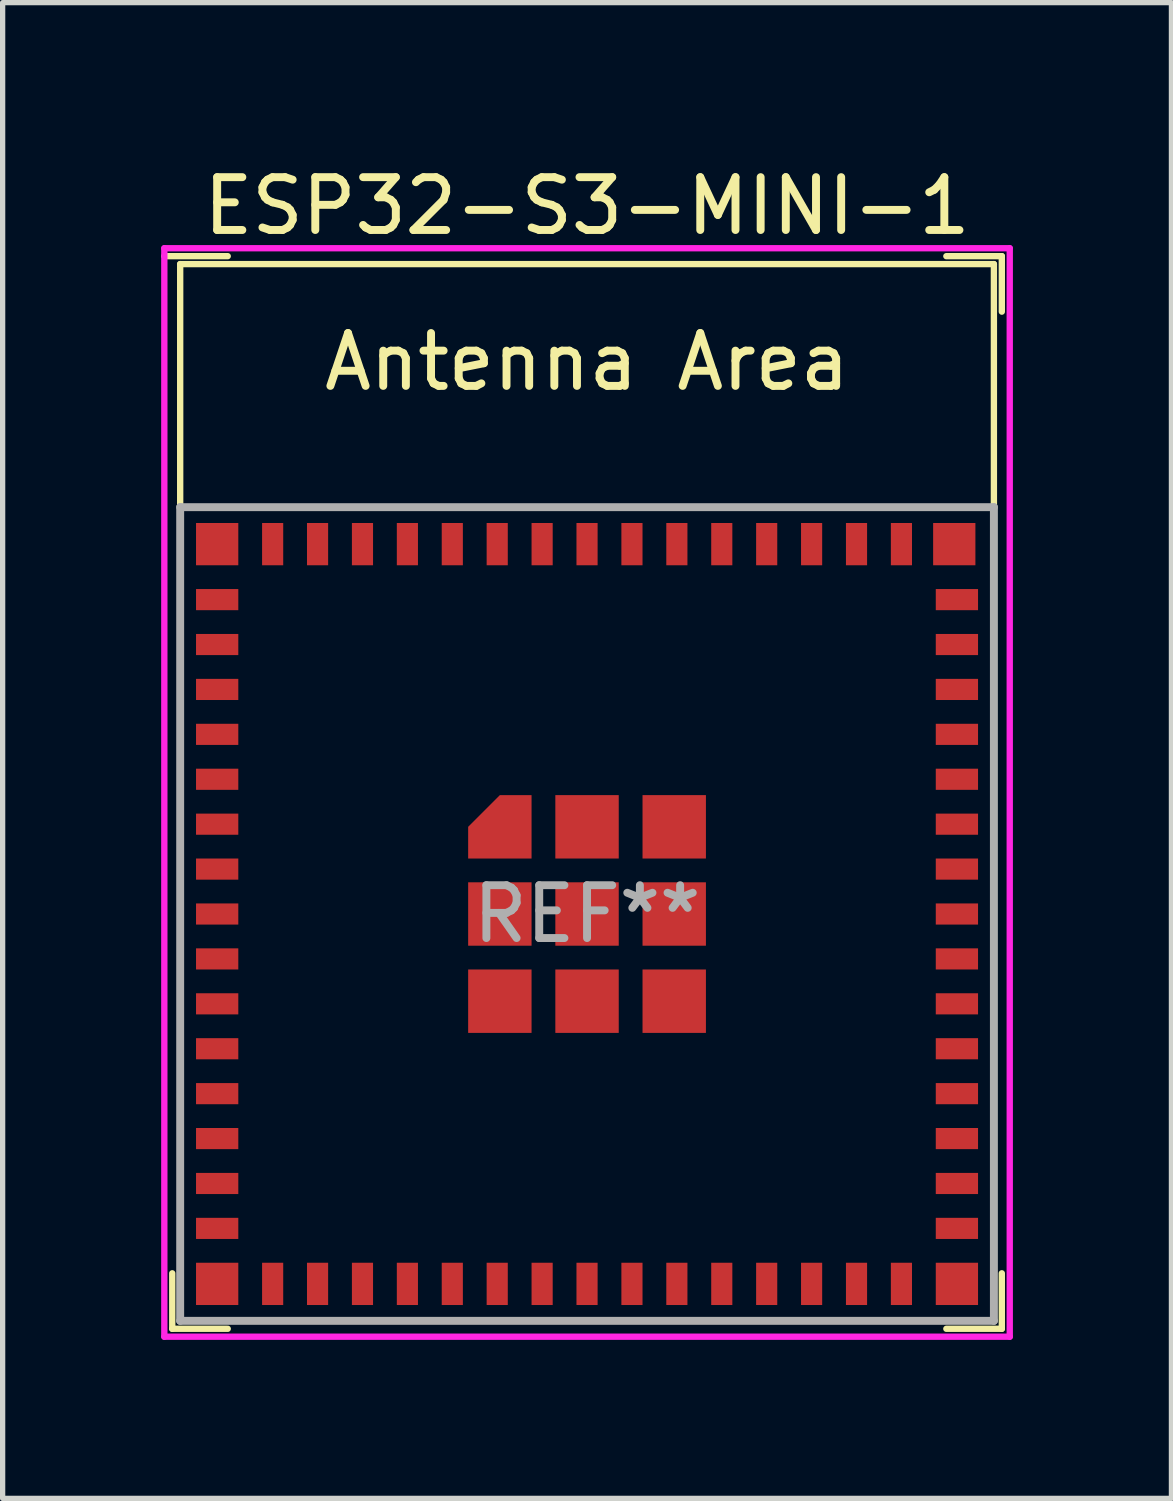
<source format=kicad_pcb>
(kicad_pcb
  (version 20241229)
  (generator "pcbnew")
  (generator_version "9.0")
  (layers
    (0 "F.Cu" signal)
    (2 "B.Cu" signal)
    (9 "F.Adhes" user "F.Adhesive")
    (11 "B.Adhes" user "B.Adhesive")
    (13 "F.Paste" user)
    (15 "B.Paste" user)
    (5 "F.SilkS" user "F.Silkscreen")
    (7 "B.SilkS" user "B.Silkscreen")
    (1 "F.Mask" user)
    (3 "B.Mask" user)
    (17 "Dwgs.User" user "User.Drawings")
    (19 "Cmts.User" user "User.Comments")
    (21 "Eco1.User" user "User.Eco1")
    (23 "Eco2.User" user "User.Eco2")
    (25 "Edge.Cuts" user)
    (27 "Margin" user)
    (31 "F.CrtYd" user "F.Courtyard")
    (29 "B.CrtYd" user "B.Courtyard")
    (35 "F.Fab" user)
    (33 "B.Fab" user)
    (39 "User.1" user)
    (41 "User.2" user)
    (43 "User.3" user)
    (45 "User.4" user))
  (footprint "ESP32-S3-MINI-1"
    (layer "F.Cu")
    (at 8.06 14.248)
    (property "Reference" "ESP32-S3-MINI-1" (at 0 -13.4 0) (layer "F.SilkS") (effects (font (size 1 1) (thickness 0.15))))
    (attr smd)
    (fp_line (start -7.85 7.85) (end -7.85 6.8) (stroke (width 0.12) (type solid)) (layer "F.SilkS"))
    (fp_line (start -7.7 -12.3) (end -7.7 -7.7) (stroke (width 0.12) (type solid)) (layer "F.SilkS"))
    (fp_line (start -7.7 -12.3) (end 7.7 -12.3) (stroke (width 0.12) (type solid)) (layer "F.SilkS"))
    (fp_line (start -7.7 7.7) (end -7.7 -7.7) (stroke (width 0.12) (type solid)) (layer "F.SilkS"))
    (fp_line (start -6.8 -12.45) (end -8 -12.45) (stroke (width 0.12) (type solid)) (layer "F.SilkS"))
    (fp_line (start -6.8 7.85) (end -7.85 7.85) (stroke (width 0.12) (type solid)) (layer "F.SilkS"))
    (fp_line (start 6.8 -12.45) (end 7.85 -12.45) (stroke (width 0.12) (type solid)) (layer "F.SilkS"))
    (fp_line (start 6.8 7.85) (end 7.85 7.85) (stroke (width 0.12) (type solid)) (layer "F.SilkS"))
    (fp_line (start 7.7 -12.3) (end 7.7 -7.7) (stroke (width 0.12) (type solid)) (layer "F.SilkS"))
    (fp_line (start 7.7 -7.7) (end 7.7 7.7) (stroke (width 0.12) (type solid)) (layer "F.SilkS"))
    (fp_line (start 7.7 7.7) (end -7.7 7.7) (stroke (width 0.12) (type solid)) (layer "F.SilkS"))
    (fp_line (start 7.85 -12.45) (end 7.85 -11.4) (stroke (width 0.12) (type solid)) (layer "F.SilkS"))
    (fp_line (start 7.85 7.85) (end 7.85 6.8) (stroke (width 0.12) (type solid)) (layer "F.SilkS"))
    (fp_line (start -8 -12.6) (end -8 8) (stroke (width 0.12) (type solid)) (layer "F.CrtYd"))
    (fp_line (start -8 8) (end 8 8) (stroke (width 0.12) (type solid)) (layer "F.CrtYd"))
    (fp_line (start 8 -12.6) (end -8 -12.6) (stroke (width 0.12) (type solid)) (layer "F.CrtYd"))
    (fp_line (start 8 8) (end 8 -12.6) (stroke (width 0.12) (type solid)) (layer "F.CrtYd"))
    (fp_line (start -7.7 -7.7) (end -7.7 7.7) (stroke (width 0.15) (type solid)) (layer "F.Fab"))
    (fp_line (start -7.7 7.7) (end 7.7 7.7) (stroke (width 0.15) (type solid)) (layer "F.Fab"))
    (fp_line (start 7.7 -7.7) (end -7.7 -7.7) (stroke (width 0.15) (type solid)) (layer "F.Fab"))
    (fp_line (start 7.7 7.7) (end 7.7 -7.7) (stroke (width 0.15) (type solid)) (layer "F.Fab"))
    (fp_text user "Antenna Area" (at 0 -10.45 0) (layer "F.SilkS") (effects (font (size 1 1) (thickness 0.15))))
    (fp_text user "REF**" (at 0 0 0) (layer "F.Fab") (effects (font (size 1 1) (thickness 0.15))))
    (pad "1" smd rect (at -7 -5.95 90) (size 0.4 0.8) (layers "F.Cu" "F.Mask" "F.Paste"))
    (pad "2" smd rect (at -7 -5.1 90) (size 0.4 0.8) (layers "F.Cu" "F.Mask" "F.Paste"))
    (pad "3" smd rect (at -7 -4.25 90) (size 0.4 0.8) (layers "F.Cu" "F.Mask" "F.Paste"))
    (pad "4" smd rect (at -7 -3.4 90) (size 0.4 0.8) (layers "F.Cu" "F.Mask" "F.Paste"))
    (pad "5" smd rect (at -7 -2.55 90) (size 0.4 0.8) (layers "F.Cu" "F.Mask" "F.Paste"))
    (pad "6" smd rect (at -7 -1.7 90) (size 0.4 0.8) (layers "F.Cu" "F.Mask" "F.Paste"))
    (pad "7" smd rect (at -7 -0.85 90) (size 0.4 0.8) (layers "F.Cu" "F.Mask" "F.Paste"))
    (pad "8" smd rect (at -7 0 90) (size 0.4 0.8) (layers "F.Cu" "F.Mask" "F.Paste"))
    (pad "9" smd rect (at -7 0.85 90) (size 0.4 0.8) (layers "F.Cu" "F.Mask" "F.Paste"))
    (pad "10" smd rect (at -7 1.7 90) (size 0.4 0.8) (layers "F.Cu" "F.Mask" "F.Paste"))
    (pad "11" smd rect (at -7 2.55 90) (size 0.4 0.8) (layers "F.Cu" "F.Mask" "F.Paste"))
    (pad "12" smd rect (at -7 3.4 90) (size 0.4 0.8) (layers "F.Cu" "F.Mask" "F.Paste"))
    (pad "13" smd rect (at -7 4.25 90) (size 0.4 0.8) (layers "F.Cu" "F.Mask" "F.Paste"))
    (pad "14" smd rect (at -7 5.1 90) (size 0.4 0.8) (layers "F.Cu" "F.Mask" "F.Paste"))
    (pad "15" smd rect (at -7 5.95 90) (size 0.4 0.8) (layers "F.Cu" "F.Mask" "F.Paste"))
    (pad "16" smd rect (at -5.95 7) (size 0.4 0.8) (layers "F.Cu" "F.Mask" "F.Paste"))
    (pad "17" smd rect (at -5.1 7) (size 0.4 0.8) (layers "F.Cu" "F.Mask" "F.Paste"))
    (pad "18" smd rect (at -4.25 7) (size 0.4 0.8) (layers "F.Cu" "F.Mask" "F.Paste"))
    (pad "19" smd rect (at -3.4 7) (size 0.4 0.8) (layers "F.Cu" "F.Mask" "F.Paste"))
    (pad "20" smd rect (at -2.55 7) (size 0.4 0.8) (layers "F.Cu" "F.Mask" "F.Paste"))
    (pad "21" smd rect (at -1.7 7) (size 0.4 0.8) (layers "F.Cu" "F.Mask" "F.Paste"))
    (pad "22" smd rect (at -0.85 7) (size 0.4 0.8) (layers "F.Cu" "F.Mask" "F.Paste"))
    (pad "23" smd rect (at 0 7) (size 0.4 0.8) (layers "F.Cu" "F.Mask" "F.Paste"))
    (pad "24" smd rect (at 0.85 7) (size 0.4 0.8) (layers "F.Cu" "F.Mask" "F.Paste"))
    (pad "25" smd rect (at 1.7 7) (size 0.4 0.8) (layers "F.Cu" "F.Mask" "F.Paste"))
    (pad "26" smd rect (at 2.55 7) (size 0.4 0.8) (layers "F.Cu" "F.Mask" "F.Paste"))
    (pad "27" smd rect (at 3.4 7) (size 0.4 0.8) (layers "F.Cu" "F.Mask" "F.Paste"))
    (pad "28" smd rect (at 4.25 7) (size 0.4 0.8) (layers "F.Cu" "F.Mask" "F.Paste"))
    (pad "29" smd rect (at 5.1 7) (size 0.4 0.8) (layers "F.Cu" "F.Mask" "F.Paste"))
    (pad "30" smd rect (at 5.95 7) (size 0.4 0.8) (layers "F.Cu" "F.Mask" "F.Paste"))
    (pad "31" smd rect (at 7 5.95 90) (size 0.4 0.8) (layers "F.Cu" "F.Mask" "F.Paste"))
    (pad "32" smd rect (at 7 5.1 90) (size 0.4 0.8) (layers "F.Cu" "F.Mask" "F.Paste"))
    (pad "33" smd rect (at 7 4.25 90) (size 0.4 0.8) (layers "F.Cu" "F.Mask" "F.Paste"))
    (pad "34" smd rect (at 7 3.4 90) (size 0.4 0.8) (layers "F.Cu" "F.Mask" "F.Paste"))
    (pad "35" smd rect (at 7 2.55 90) (size 0.4 0.8) (layers "F.Cu" "F.Mask" "F.Paste"))
    (pad "36" smd rect (at 7 1.7 90) (size 0.4 0.8) (layers "F.Cu" "F.Mask" "F.Paste"))
    (pad "37" smd rect (at 7 0.85 90) (size 0.4 0.8) (layers "F.Cu" "F.Mask" "F.Paste"))
    (pad "38" smd rect (at 7 0 90) (size 0.4 0.8) (layers "F.Cu" "F.Mask" "F.Paste"))
    (pad "39" smd rect (at 7 -0.85 90) (size 0.4 0.8) (layers "F.Cu" "F.Mask" "F.Paste"))
    (pad "40" smd rect (at 7 -1.7 90) (size 0.4 0.8) (layers "F.Cu" "F.Mask" "F.Paste"))
    (pad "41" smd rect (at 7 -2.55 90) (size 0.4 0.8) (layers "F.Cu" "F.Mask" "F.Paste"))
    (pad "42" smd rect (at 7 -3.4 90) (size 0.4 0.8) (layers "F.Cu" "F.Mask" "F.Paste"))
    (pad "43" smd rect (at 7 -4.25 90) (size 0.4 0.8) (layers "F.Cu" "F.Mask" "F.Paste"))
    (pad "44" smd rect (at 7 -5.1 90) (size 0.4 0.8) (layers "F.Cu" "F.Mask" "F.Paste"))
    (pad "45" smd rect (at 7 -5.95 90) (size 0.4 0.8) (layers "F.Cu" "F.Mask" "F.Paste"))
    (pad "46" smd rect (at -7 -7 180) (size 0.8 0.8) (layers "F.Cu" "F.Mask" "F.Paste"))
    (pad "46" smd rect (at -7 7 180) (size 0.8 0.8) (layers "F.Cu" "F.Mask" "F.Paste"))
    (pad "46" smd rect (at -5.95 -7) (size 0.4 0.8) (layers "F.Cu" "F.Mask" "F.Paste"))
    (pad "46" smd rect (at -5.1 -7) (size 0.4 0.8) (layers "F.Cu" "F.Mask" "F.Paste"))
    (pad "46" smd rect (at -4.25 -7) (size 0.4 0.8) (layers "F.Cu" "F.Mask" "F.Paste"))
    (pad "46" smd rect (at -3.4 -7) (size 0.4 0.8) (layers "F.Cu" "F.Mask" "F.Paste"))
    (pad "46" smd rect (at -2.55 -7) (size 0.4 0.8) (layers "F.Cu" "F.Mask" "F.Paste"))
    (pad "46" smd rect (at -1.7 -7) (size 0.4 0.8) (layers "F.Cu" "F.Mask" "F.Paste"))
    (pad "46" smd custom (at -1.65 -1.65) (size 0.6 0.6) (layers "F.Cu" "F.Mask" "F.Paste") (options (anchor rect)) (primitives (gr_poly (pts (xy 0.6 0.6) (xy -0.6 0.6) (xy -0.6 0) (xy 0 -0.6) (xy 0.6 -0.6)) (width 0) (fill yes))))
    (pad "46" smd rect (at -1.65 0) (size 1.2 1.2) (layers "F.Cu" "F.Mask" "F.Paste"))
    (pad "46" smd rect (at -1.65 1.65) (size 1.2 1.2) (layers "F.Cu" "F.Mask" "F.Paste"))
    (pad "46" smd rect (at -0.85 -7) (size 0.4 0.8) (layers "F.Cu" "F.Mask" "F.Paste"))
    (pad "46" smd rect (at 0 -7) (size 0.4 0.8) (layers "F.Cu" "F.Mask" "F.Paste"))
    (pad "46" smd rect (at 0 -1.65) (size 1.2 1.2) (layers "F.Cu" "F.Mask" "F.Paste"))
    (pad "46" smd rect (at 0 0) (size 1.2 1.2) (layers "F.Cu" "F.Mask" "F.Paste"))
    (pad "46" smd rect (at 0 1.65) (size 1.2 1.2) (layers "F.Cu" "F.Mask" "F.Paste"))
    (pad "46" smd rect (at 0.85 -7) (size 0.4 0.8) (layers "F.Cu" "F.Mask" "F.Paste"))
    (pad "46" smd rect (at 1.65 -1.65) (size 1.2 1.2) (layers "F.Cu" "F.Mask" "F.Paste"))
    (pad "46" smd rect (at 1.65 0) (size 1.2 1.2) (layers "F.Cu" "F.Mask" "F.Paste"))
    (pad "46" smd rect (at 1.65 1.65) (size 1.2 1.2) (layers "F.Cu" "F.Mask" "F.Paste"))
    (pad "46" smd rect (at 1.7 -7) (size 0.4 0.8) (layers "F.Cu" "F.Mask" "F.Paste"))
    (pad "46" smd rect (at 2.55 -7) (size 0.4 0.8) (layers "F.Cu" "F.Mask" "F.Paste"))
    (pad "46" smd rect (at 3.4 -7) (size 0.4 0.8) (layers "F.Cu" "F.Mask" "F.Paste"))
    (pad "46" smd rect (at 4.25 -7) (size 0.4 0.8) (layers "F.Cu" "F.Mask" "F.Paste"))
    (pad "46" smd rect (at 5.1 -7) (size 0.4 0.8) (layers "F.Cu" "F.Mask" "F.Paste"))
    (pad "46" smd rect (at 5.95 -7) (size 0.4 0.8) (layers "F.Cu" "F.Mask" "F.Paste"))
    (pad "46" smd rect (at 6.95 -7 180) (size 0.8 0.8) (layers "F.Cu" "F.Mask" "F.Paste"))
    (pad "46" smd rect (at 7 7 180) (size 0.8 0.8) (layers "F.Cu" "F.Mask" "F.Paste")))
  (gr_rect
    (start -3 -3)
    (end 19.12 25.308)
    (stroke (width 0.1) (type default))
    (fill no)
    (layer "Edge.Cuts")))
</source>
